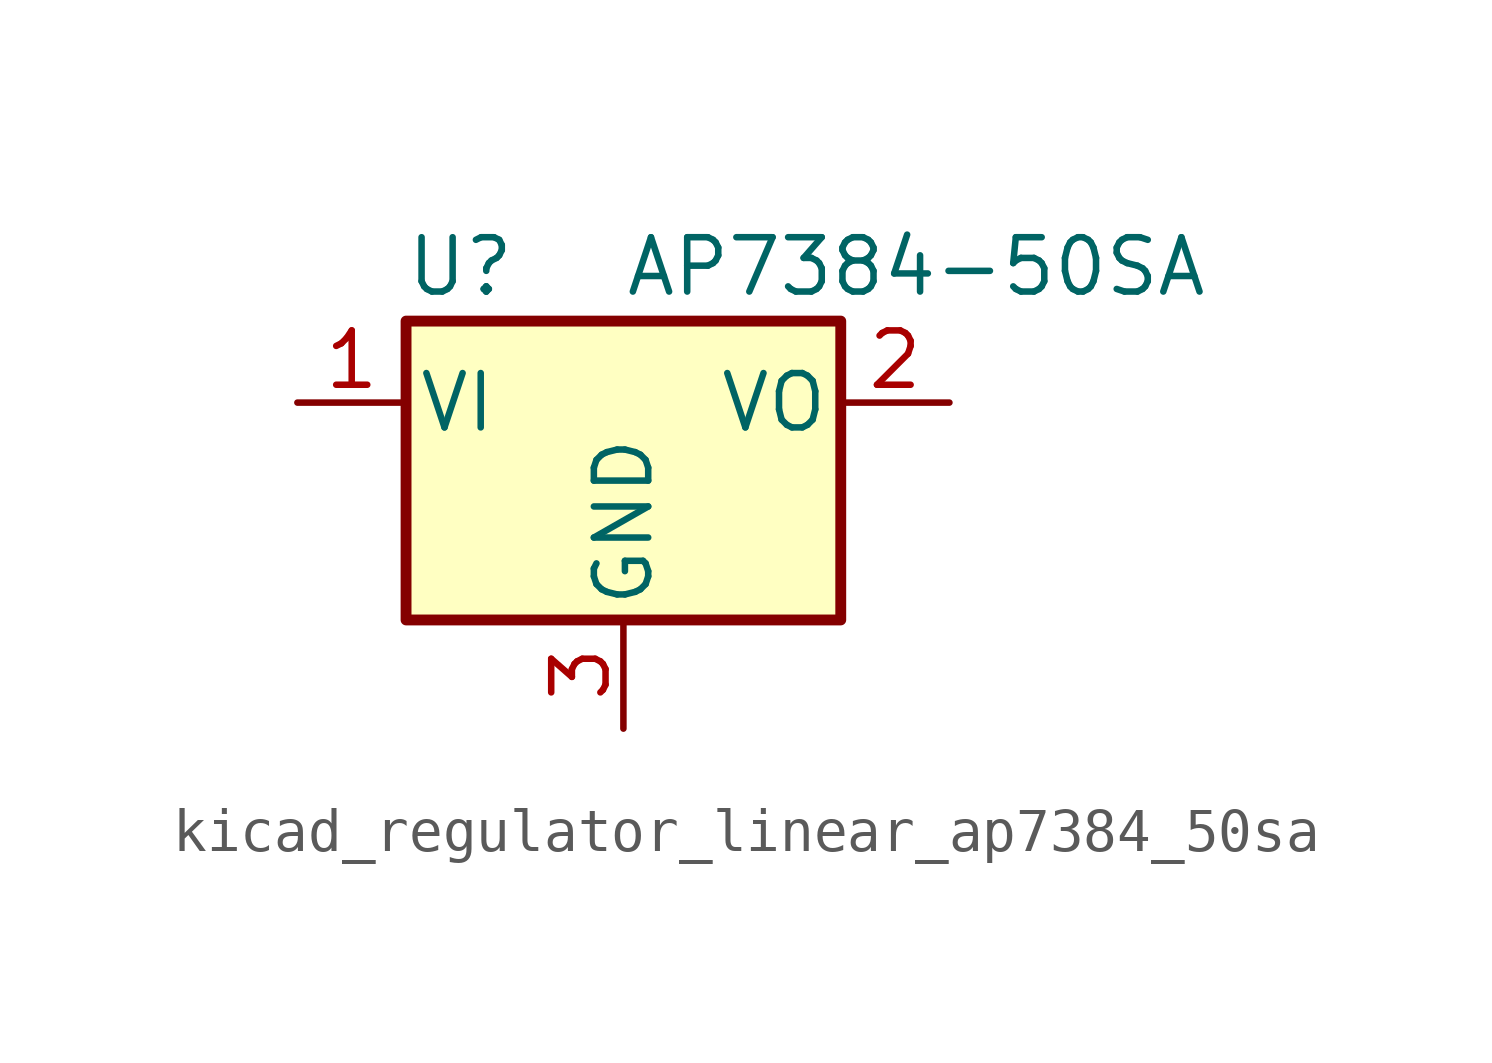
<source format=kicad_sym>
(kicad_symbol_lib
  (version 20220914)
  (generator kicad_symbol_editor)
  (symbol "kicad_regulator_linear_ap7384_50sa"
    (pin_names
      (offset 0.254))
    (property "Reference" "U"
      (at -3.81 3.175 0)
      (effects (font (size 1.27 1.27))))
    (property "Value" "AP7384-50SA"
      (at 0 3.175 0)
      (effects (font (size 1.27 1.27)) (justify left)))
    (symbol "kicad_regulator_linear_ap7384_50sa_0_1"
      (rectangle (start -5.08 1.905) (end 5.08 -5.08) (stroke (width 0.254) (type default)) (fill (type background))))
    (symbol "kicad_regulator_linear_ap7384_50sa_1_1"
      (pin power_in line (at -7.62 0 0) (length 2.54) (name "VI" (effects (font (size 1.27 1.27)))) (number "1" (effects (font (size 1.27 1.27)))))
      (pin power_out line (at 7.62 0 180) (length 2.54) (name "VO" (effects (font (size 1.27 1.27)))) (number "2" (effects (font (size 1.27 1.27)))))
      (pin power_in line (at 0 -7.62 90) (length 2.54) (name "GND" (effects (font (size 1.27 1.27)))) (number "3" (effects (font (size 1.27 1.27))))))))
</source>
